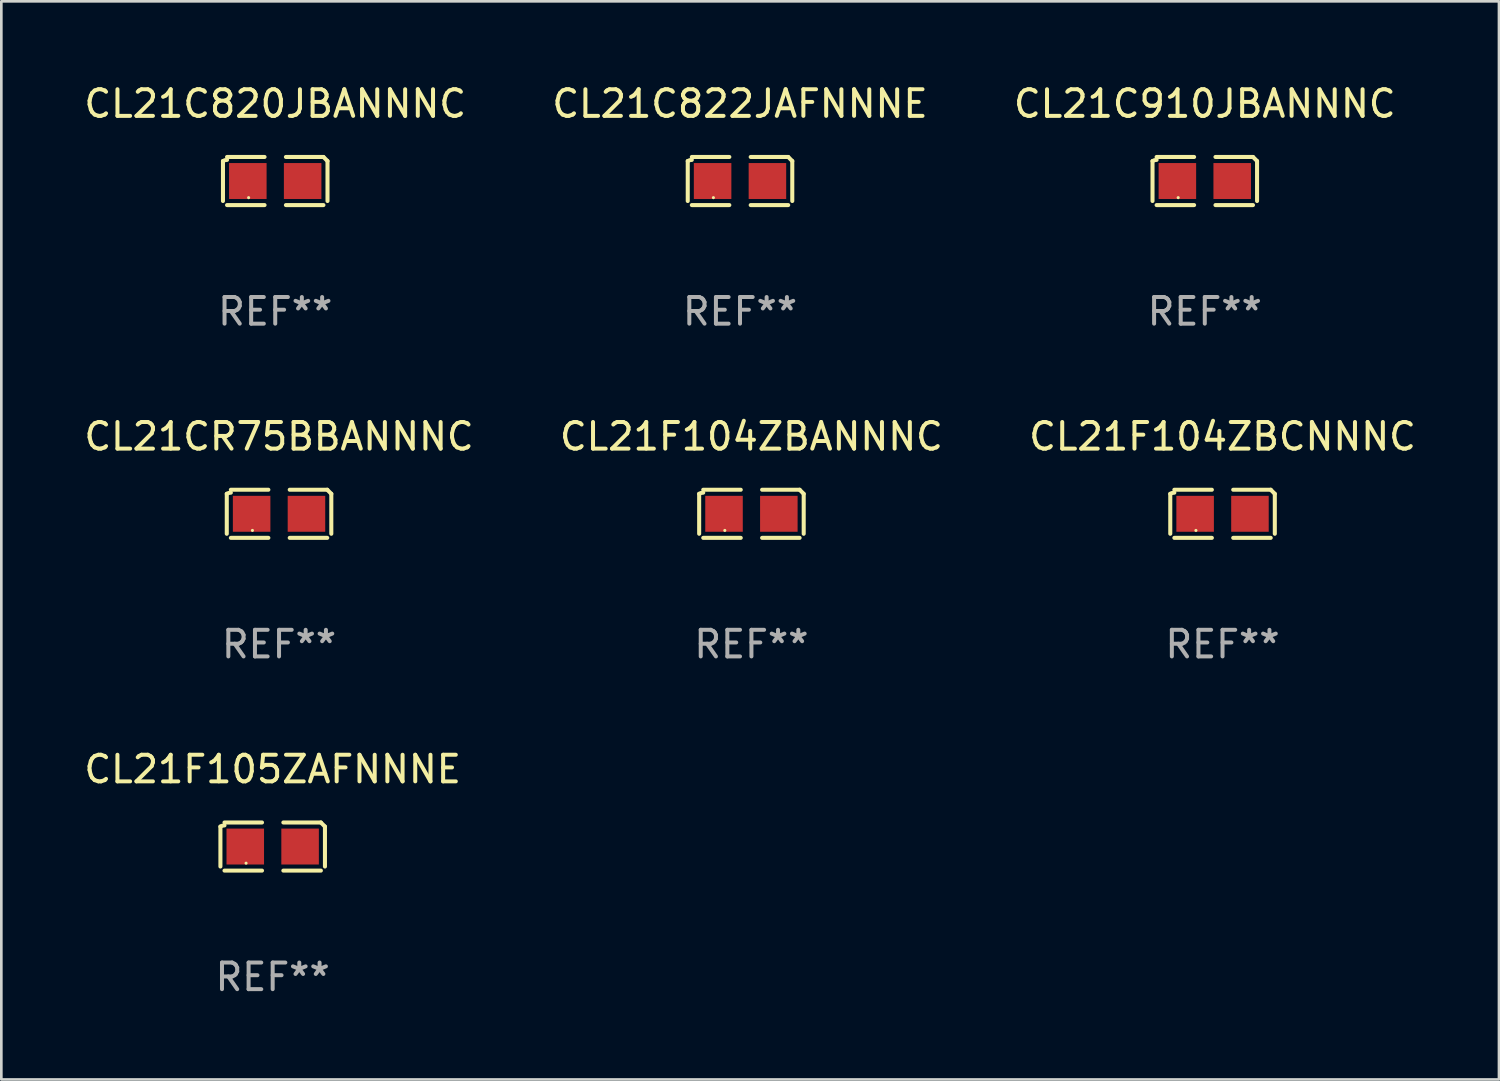
<source format=kicad_pcb>
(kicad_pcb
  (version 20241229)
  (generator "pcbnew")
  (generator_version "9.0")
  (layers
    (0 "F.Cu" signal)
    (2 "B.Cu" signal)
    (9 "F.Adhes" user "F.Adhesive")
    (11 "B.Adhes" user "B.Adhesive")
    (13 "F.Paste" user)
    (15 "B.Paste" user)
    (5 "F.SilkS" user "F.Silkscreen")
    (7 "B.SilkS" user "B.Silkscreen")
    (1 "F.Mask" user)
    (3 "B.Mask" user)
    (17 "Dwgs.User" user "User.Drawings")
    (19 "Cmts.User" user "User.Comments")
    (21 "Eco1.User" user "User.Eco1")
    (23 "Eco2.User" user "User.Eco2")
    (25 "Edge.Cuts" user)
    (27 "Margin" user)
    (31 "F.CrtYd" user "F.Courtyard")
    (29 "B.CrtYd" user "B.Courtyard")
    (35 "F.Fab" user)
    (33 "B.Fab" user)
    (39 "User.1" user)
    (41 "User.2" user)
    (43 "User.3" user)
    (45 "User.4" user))
  (footprint "CL21F105ZAFNNNE"
    (layer "F.Cu")
    (at 7.196 28.759)
    (property "Reference" "CL21F105ZAFNNNE" (at 0 -2.904 0) (layer "F.SilkS") (effects (font (size 1 1) (thickness 0.15))))
    (attr through_hole)
    (fp_line (start -1.964 0.751) (end -1.964 -0.751) (stroke (width 0.152) (type solid)) (layer "F.SilkS"))
    (fp_line (start -1.811 -0.904) (end -0.401 -0.904) (stroke (width 0.152) (type solid)) (layer "F.SilkS"))
    (fp_line (start -0.401 0.904) (end -1.811 0.904) (stroke (width 0.152) (type solid)) (layer "F.SilkS"))
    (fp_line (start 0.401 0.904) (end 1.811 0.904) (stroke (width 0.152) (type solid)) (layer "F.SilkS"))
    (fp_line (start 1.811 -0.904) (end 0.401 -0.904) (stroke (width 0.152) (type solid)) (layer "F.SilkS"))
    (fp_line (start 1.964 0.751) (end 1.964 -0.751) (stroke (width 0.152) (type solid)) (layer "F.SilkS"))
    (fp_arc (start -1.963602 -0.751207) (mid -1.890354 -0.783131) (end -1.811201 -0.794044) (stroke (width 0.1524) (type solid)) (layer "F.SilkS"))
    (fp_arc (start 1.811202 -0.903607) (mid 1.887413 -0.827418) (end 1.963602 -0.751207) (stroke (width 0.1524) (type solid)) (layer "F.SilkS"))
    (fp_circle (center -1 0.625) (end -0.97 0.625) (stroke (width 0.06) (type solid)) (fill no) (layer "F.SilkS"))
    (fp_text user "REF**" (at 0 4.904 0) (layer "F.Fab") (effects (font (size 1 1) (thickness 0.15))))
    (pad "1" smd rect (at -1.03 0) (size 1.41 1.35) (layers "F.Cu" "F.Mask" "F.Paste"))
    (pad "2" smd rect (at 1.03 0) (size 1.41 1.35) (layers "F.Cu" "F.Mask" "F.Paste")))
  (footprint "CL21CR75BBANNNC"
    (layer "F.Cu")
    (at 7.435 16.256)
    (property "Reference" "CL21CR75BBANNNC" (at 0 -2.904 0) (layer "F.SilkS") (effects (font (size 1 1) (thickness 0.15))))
    (attr through_hole)
    (fp_line (start -1.964 0.751) (end -1.964 -0.751) (stroke (width 0.152) (type solid)) (layer "F.SilkS"))
    (fp_line (start -1.811 -0.904) (end -0.401 -0.904) (stroke (width 0.152) (type solid)) (layer "F.SilkS"))
    (fp_line (start -0.401 0.904) (end -1.811 0.904) (stroke (width 0.152) (type solid)) (layer "F.SilkS"))
    (fp_line (start 0.401 0.904) (end 1.811 0.904) (stroke (width 0.152) (type solid)) (layer "F.SilkS"))
    (fp_line (start 1.811 -0.904) (end 0.401 -0.904) (stroke (width 0.152) (type solid)) (layer "F.SilkS"))
    (fp_line (start 1.964 0.751) (end 1.964 -0.751) (stroke (width 0.152) (type solid)) (layer "F.SilkS"))
    (fp_arc (start -1.963602 -0.751207) (mid -1.890354 -0.783131) (end -1.811201 -0.794044) (stroke (width 0.1524) (type solid)) (layer "F.SilkS"))
    (fp_arc (start 1.811202 -0.903607) (mid 1.887413 -0.827418) (end 1.963602 -0.751207) (stroke (width 0.1524) (type solid)) (layer "F.SilkS"))
    (fp_circle (center -1 0.625) (end -0.97 0.625) (stroke (width 0.06) (type solid)) (fill no) (layer "F.SilkS"))
    (fp_text user "REF**" (at 0 4.904 0) (layer "F.Fab") (effects (font (size 1 1) (thickness 0.15))))
    (pad "1" smd rect (at -1.03 0) (size 1.41 1.35) (layers "F.Cu" "F.Mask" "F.Paste"))
    (pad "2" smd rect (at 1.03 0) (size 1.41 1.35) (layers "F.Cu" "F.Mask" "F.Paste")))
  (footprint "CL21C822JAFNNNE"
    (layer "F.Cu")
    (at 24.756 3.752)
    (property "Reference" "CL21C822JAFNNNE" (at 0 -2.904 0) (layer "F.SilkS") (effects (font (size 1 1) (thickness 0.15))))
    (attr through_hole)
    (fp_line (start -1.964 0.751) (end -1.964 -0.751) (stroke (width 0.152) (type solid)) (layer "F.SilkS"))
    (fp_line (start -1.811 -0.904) (end -0.401 -0.904) (stroke (width 0.152) (type solid)) (layer "F.SilkS"))
    (fp_line (start -0.401 0.904) (end -1.811 0.904) (stroke (width 0.152) (type solid)) (layer "F.SilkS"))
    (fp_line (start 0.401 0.904) (end 1.811 0.904) (stroke (width 0.152) (type solid)) (layer "F.SilkS"))
    (fp_line (start 1.811 -0.904) (end 0.401 -0.904) (stroke (width 0.152) (type solid)) (layer "F.SilkS"))
    (fp_line (start 1.964 0.751) (end 1.964 -0.751) (stroke (width 0.152) (type solid)) (layer "F.SilkS"))
    (fp_arc (start -1.963602 -0.751207) (mid -1.890354 -0.783131) (end -1.811201 -0.794044) (stroke (width 0.1524) (type solid)) (layer "F.SilkS"))
    (fp_arc (start 1.811202 -0.903607) (mid 1.887413 -0.827418) (end 1.963602 -0.751207) (stroke (width 0.1524) (type solid)) (layer "F.SilkS"))
    (fp_circle (center -1 0.625) (end -0.97 0.625) (stroke (width 0.06) (type solid)) (fill no) (layer "F.SilkS"))
    (fp_text user "REF**" (at 0 4.904 0) (layer "F.Fab") (effects (font (size 1 1) (thickness 0.15))))
    (pad "1" smd rect (at -1.03 0) (size 1.41 1.35) (layers "F.Cu" "F.Mask" "F.Paste"))
    (pad "2" smd rect (at 1.03 0) (size 1.41 1.35) (layers "F.Cu" "F.Mask" "F.Paste")))
  (footprint "CL21C820JBANNNC"
    (layer "F.Cu")
    (at 7.292 3.752)
    (property "Reference" "CL21C820JBANNNC" (at 0 -2.904 0) (layer "F.SilkS") (effects (font (size 1 1) (thickness 0.15))))
    (attr through_hole)
    (fp_line (start -1.964 0.751) (end -1.964 -0.751) (stroke (width 0.152) (type solid)) (layer "F.SilkS"))
    (fp_line (start -1.811 -0.904) (end -0.401 -0.904) (stroke (width 0.152) (type solid)) (layer "F.SilkS"))
    (fp_line (start -0.401 0.904) (end -1.811 0.904) (stroke (width 0.152) (type solid)) (layer "F.SilkS"))
    (fp_line (start 0.401 0.904) (end 1.811 0.904) (stroke (width 0.152) (type solid)) (layer "F.SilkS"))
    (fp_line (start 1.811 -0.904) (end 0.401 -0.904) (stroke (width 0.152) (type solid)) (layer "F.SilkS"))
    (fp_line (start 1.964 0.751) (end 1.964 -0.751) (stroke (width 0.152) (type solid)) (layer "F.SilkS"))
    (fp_arc (start -1.963602 -0.751207) (mid -1.890354 -0.783131) (end -1.811201 -0.794044) (stroke (width 0.1524) (type solid)) (layer "F.SilkS"))
    (fp_arc (start 1.811202 -0.903607) (mid 1.887413 -0.827418) (end 1.963602 -0.751207) (stroke (width 0.1524) (type solid)) (layer "F.SilkS"))
    (fp_circle (center -1 0.625) (end -0.97 0.625) (stroke (width 0.06) (type solid)) (fill no) (layer "F.SilkS"))
    (fp_text user "REF**" (at 0 4.904 0) (layer "F.Fab") (effects (font (size 1 1) (thickness 0.15))))
    (pad "1" smd rect (at -1.03 0) (size 1.41 1.35) (layers "F.Cu" "F.Mask" "F.Paste"))
    (pad "2" smd rect (at 1.03 0) (size 1.41 1.35) (layers "F.Cu" "F.Mask" "F.Paste")))
  (footprint "CL21F104ZBCNNNC"
    (layer "F.Cu")
    (at 42.887 16.256)
    (property "Reference" "CL21F104ZBCNNNC" (at 0 -2.904 0) (layer "F.SilkS") (effects (font (size 1 1) (thickness 0.15))))
    (attr through_hole)
    (fp_line (start -1.964 0.751) (end -1.964 -0.751) (stroke (width 0.152) (type solid)) (layer "F.SilkS"))
    (fp_line (start -1.811 -0.904) (end -0.401 -0.904) (stroke (width 0.152) (type solid)) (layer "F.SilkS"))
    (fp_line (start -0.401 0.904) (end -1.811 0.904) (stroke (width 0.152) (type solid)) (layer "F.SilkS"))
    (fp_line (start 0.401 0.904) (end 1.811 0.904) (stroke (width 0.152) (type solid)) (layer "F.SilkS"))
    (fp_line (start 1.811 -0.904) (end 0.401 -0.904) (stroke (width 0.152) (type solid)) (layer "F.SilkS"))
    (fp_line (start 1.964 0.751) (end 1.964 -0.751) (stroke (width 0.152) (type solid)) (layer "F.SilkS"))
    (fp_arc (start -1.963602 -0.751207) (mid -1.890354 -0.783131) (end -1.811201 -0.794044) (stroke (width 0.1524) (type solid)) (layer "F.SilkS"))
    (fp_arc (start 1.811202 -0.903607) (mid 1.887413 -0.827418) (end 1.963602 -0.751207) (stroke (width 0.1524) (type solid)) (layer "F.SilkS"))
    (fp_circle (center -1 0.625) (end -0.97 0.625) (stroke (width 0.06) (type solid)) (fill no) (layer "F.SilkS"))
    (fp_text user "REF**" (at 0 4.904 0) (layer "F.Fab") (effects (font (size 1 1) (thickness 0.15))))
    (pad "1" smd rect (at -1.03 0) (size 1.41 1.35) (layers "F.Cu" "F.Mask" "F.Paste"))
    (pad "2" smd rect (at 1.03 0) (size 1.41 1.35) (layers "F.Cu" "F.Mask" "F.Paste")))
  (footprint "CL21F104ZBANNNC"
    (layer "F.Cu")
    (at 25.185 16.256)
    (property "Reference" "CL21F104ZBANNNC" (at 0 -2.904 0) (layer "F.SilkS") (effects (font (size 1 1) (thickness 0.15))))
    (attr through_hole)
    (fp_line (start -1.964 0.751) (end -1.964 -0.751) (stroke (width 0.152) (type solid)) (layer "F.SilkS"))
    (fp_line (start -1.811 -0.904) (end -0.401 -0.904) (stroke (width 0.152) (type solid)) (layer "F.SilkS"))
    (fp_line (start -0.401 0.904) (end -1.811 0.904) (stroke (width 0.152) (type solid)) (layer "F.SilkS"))
    (fp_line (start 0.401 0.904) (end 1.811 0.904) (stroke (width 0.152) (type solid)) (layer "F.SilkS"))
    (fp_line (start 1.811 -0.904) (end 0.401 -0.904) (stroke (width 0.152) (type solid)) (layer "F.SilkS"))
    (fp_line (start 1.964 0.751) (end 1.964 -0.751) (stroke (width 0.152) (type solid)) (layer "F.SilkS"))
    (fp_arc (start -1.963602 -0.751207) (mid -1.890354 -0.783131) (end -1.811201 -0.794044) (stroke (width 0.1524) (type solid)) (layer "F.SilkS"))
    (fp_arc (start 1.811202 -0.903607) (mid 1.887413 -0.827418) (end 1.963602 -0.751207) (stroke (width 0.1524) (type solid)) (layer "F.SilkS"))
    (fp_circle (center -1 0.625) (end -0.97 0.625) (stroke (width 0.06) (type solid)) (fill no) (layer "F.SilkS"))
    (fp_text user "REF**" (at 0 4.904 0) (layer "F.Fab") (effects (font (size 1 1) (thickness 0.15))))
    (pad "1" smd rect (at -1.03 0) (size 1.41 1.35) (layers "F.Cu" "F.Mask" "F.Paste"))
    (pad "2" smd rect (at 1.03 0) (size 1.41 1.35) (layers "F.Cu" "F.Mask" "F.Paste")))
  (footprint "CL21C910JBANNNC"
    (layer "F.Cu")
    (at 42.22 3.752)
    (property "Reference" "CL21C910JBANNNC" (at 0 -2.904 0) (layer "F.SilkS") (effects (font (size 1 1) (thickness 0.15))))
    (attr through_hole)
    (fp_line (start -1.964 0.751) (end -1.964 -0.751) (stroke (width 0.152) (type solid)) (layer "F.SilkS"))
    (fp_line (start -1.811 -0.904) (end -0.401 -0.904) (stroke (width 0.152) (type solid)) (layer "F.SilkS"))
    (fp_line (start -0.401 0.904) (end -1.811 0.904) (stroke (width 0.152) (type solid)) (layer "F.SilkS"))
    (fp_line (start 0.401 0.904) (end 1.811 0.904) (stroke (width 0.152) (type solid)) (layer "F.SilkS"))
    (fp_line (start 1.811 -0.904) (end 0.401 -0.904) (stroke (width 0.152) (type solid)) (layer "F.SilkS"))
    (fp_line (start 1.964 0.751) (end 1.964 -0.751) (stroke (width 0.152) (type solid)) (layer "F.SilkS"))
    (fp_arc (start -1.963602 -0.751207) (mid -1.890354 -0.783131) (end -1.811201 -0.794044) (stroke (width 0.1524) (type solid)) (layer "F.SilkS"))
    (fp_arc (start 1.811202 -0.903607) (mid 1.887413 -0.827418) (end 1.963602 -0.751207) (stroke (width 0.1524) (type solid)) (layer "F.SilkS"))
    (fp_circle (center -1 0.625) (end -0.97 0.625) (stroke (width 0.06) (type solid)) (fill no) (layer "F.SilkS"))
    (fp_text user "REF**" (at 0 4.904 0) (layer "F.Fab") (effects (font (size 1 1) (thickness 0.15))))
    (pad "1" smd rect (at -1.03 0) (size 1.41 1.35) (layers "F.Cu" "F.Mask" "F.Paste"))
    (pad "2" smd rect (at 1.03 0) (size 1.41 1.35) (layers "F.Cu" "F.Mask" "F.Paste")))
  (gr_rect
    (start -3 -3)
    (end 53.274 37.511)
    (stroke (width 0.1) (type default))
    (fill no)
    (layer "Edge.Cuts")))
</source>
